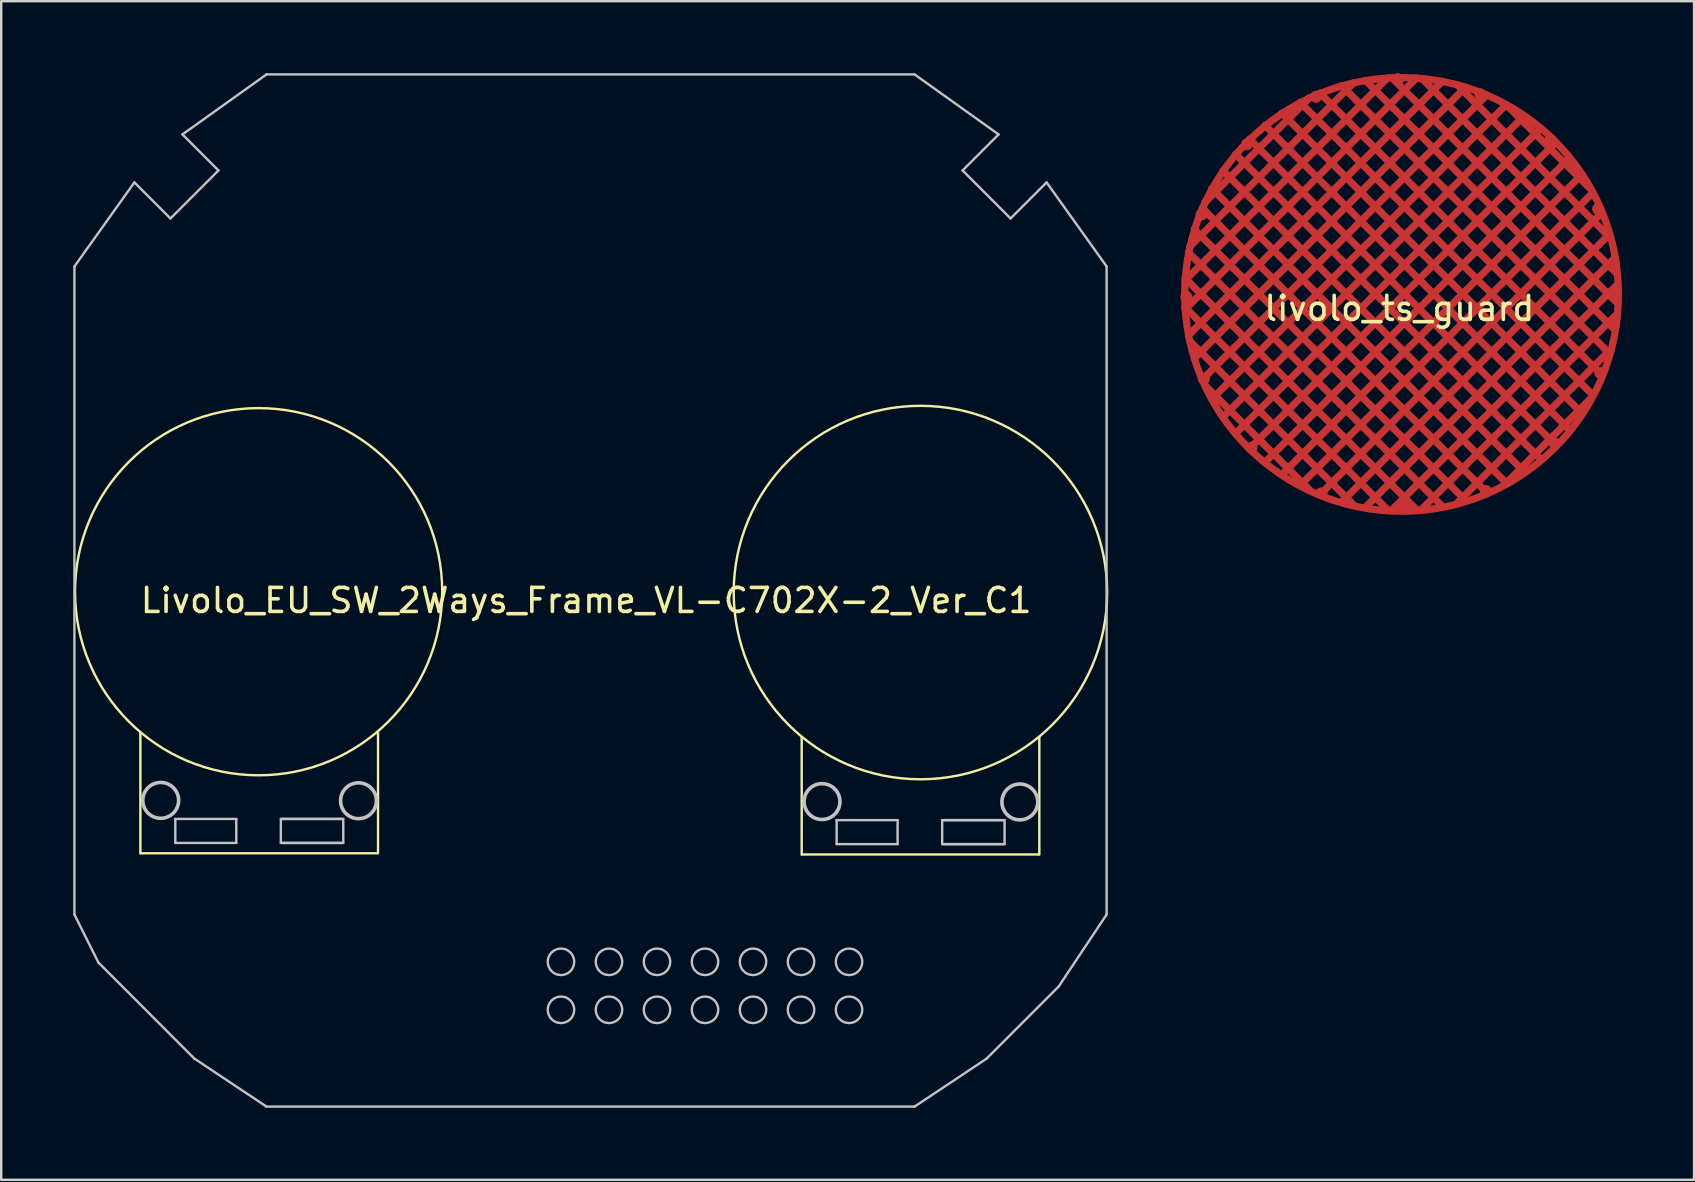
<source format=kicad_pcb>
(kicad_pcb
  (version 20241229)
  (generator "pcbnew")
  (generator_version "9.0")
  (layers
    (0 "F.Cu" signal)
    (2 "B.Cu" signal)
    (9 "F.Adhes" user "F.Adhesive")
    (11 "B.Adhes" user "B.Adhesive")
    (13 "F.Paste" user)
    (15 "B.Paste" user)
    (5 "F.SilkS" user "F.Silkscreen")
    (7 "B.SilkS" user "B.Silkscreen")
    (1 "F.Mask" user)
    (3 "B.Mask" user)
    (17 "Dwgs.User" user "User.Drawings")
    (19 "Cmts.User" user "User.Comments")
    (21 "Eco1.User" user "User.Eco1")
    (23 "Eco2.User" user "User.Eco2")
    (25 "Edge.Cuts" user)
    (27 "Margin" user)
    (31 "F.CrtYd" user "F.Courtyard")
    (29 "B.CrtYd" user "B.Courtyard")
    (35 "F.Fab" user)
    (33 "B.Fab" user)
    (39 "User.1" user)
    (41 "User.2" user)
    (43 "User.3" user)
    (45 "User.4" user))
  (footprint "Livolo_EU_SW_2Ways_Frame_VL-C702X-2_Ver_C1"
    (layer "F.Cu")
    (at 21.668 21.465)
    (property "Reference" "Livolo_EU_SW_2Ways_Frame_VL-C702X-2_Ver_C1" (at -0.3 0.5 0) (layer "F.SilkS") (effects (font (size 1 1) (thickness 0.15))))
    (attr through_hole)
    (fp_line (start -18.87 11.032) (end -18.87 6) (stroke (width 0.1) (type solid)) (layer "F.SilkS"))
    (fp_line (start -8.998 11.032) (end -18.866 11.032) (stroke (width 0.1) (type solid)) (layer "F.SilkS"))
    (fp_line (start -8.97 11.032) (end -8.97 6) (stroke (width 0.1) (type solid)) (layer "F.SilkS"))
    (fp_line (start 8.68 11.082) (end 8.68 6.2) (stroke (width 0.1) (type solid)) (layer "F.SilkS"))
    (fp_line (start 18.552 11.082) (end 8.684 11.082) (stroke (width 0.1) (type solid)) (layer "F.SilkS"))
    (fp_line (start 18.58 11.082) (end 18.58 6.2) (stroke (width 0.1) (type solid)) (layer "F.SilkS"))
    (fp_circle (center -13.944 0.135) (end -6.3 -0.1) (stroke (width 0.1) (type solid)) (fill no) (layer "F.SilkS"))
    (fp_circle (center 13.626 0.17) (end 21.4 -0.1) (stroke (width 0.1) (type solid)) (fill no) (layer "F.SilkS"))
    (fp_line (start -21.618 -13.416) (end -19.119 -16.916) (stroke (width 0.1) (type solid)) (layer "Dwgs.User"))
    (fp_line (start -21.618 13.584) (end -21.618 -13.416) (stroke (width 0.1) (type solid)) (layer "Dwgs.User"))
    (fp_line (start -21.618 13.584) (end -20.617 15.585) (stroke (width 0.1) (type solid)) (layer "Dwgs.User"))
    (fp_line (start -20.617 15.585) (end -16.619 19.586) (stroke (width 0.1) (type solid)) (layer "Dwgs.User"))
    (fp_line (start -19.119 -16.916) (end -17.617 -15.415) (stroke (width 0.1) (type solid)) (layer "Dwgs.User"))
    (fp_line (start -17.617 -15.415) (end -15.618 -17.414) (stroke (width 0.1) (type solid)) (layer "Dwgs.User"))
    (fp_line (start -17.415 10.6) (end -17.415 9.6) (stroke (width 0.1) (type solid)) (layer "Dwgs.User"))
    (fp_line (start -17.117 -18.915) (end -13.617 -21.415) (stroke (width 0.1) (type solid)) (layer "Dwgs.User"))
    (fp_line (start -16.619 19.586) (end -13.617 21.585) (stroke (width 0.1) (type solid)) (layer "Dwgs.User"))
    (fp_line (start -15.618 -17.414) (end -17.117 -18.915) (stroke (width 0.1) (type solid)) (layer "Dwgs.User"))
    (fp_line (start -14.875 9.602) (end -17.415 9.602) (stroke (width 0.1) (type solid)) (layer "Dwgs.User"))
    (fp_line (start -14.875 10.6) (end -17.415 10.6) (stroke (width 0.1) (type solid)) (layer "Dwgs.User"))
    (fp_line (start -14.875 10.6) (end -14.875 9.602) (stroke (width 0.1) (type solid)) (layer "Dwgs.User"))
    (fp_line (start -13.617 -21.415) (end 13.381 -21.415) (stroke (width 0.1) (type solid)) (layer "Dwgs.User"))
    (fp_line (start -13.617 21.585) (end 13.381 21.585) (stroke (width 0.1) (type solid)) (layer "Dwgs.User"))
    (fp_line (start -13.018 10.6) (end -13.018 9.602) (stroke (width 0.1) (type solid)) (layer "Dwgs.User"))
    (fp_line (start -10.478 9.602) (end -13.018 9.602) (stroke (width 0.1) (type solid)) (layer "Dwgs.User"))
    (fp_line (start -10.478 10.6) (end -13.018 10.6) (stroke (width 0.1) (type solid)) (layer "Dwgs.User"))
    (fp_line (start -10.418 9.602) (end -12.958 9.602) (stroke (width 0.1) (type solid)) (layer "Dwgs.User"))
    (fp_line (start -10.418 10.6) (end -12.958 10.6) (stroke (width 0.1) (type solid)) (layer "Dwgs.User"))
    (fp_line (start -10.418 10.6) (end -10.418 9.602) (stroke (width 0.1) (type solid)) (layer "Dwgs.User"))
    (fp_line (start 10.135 10.65) (end 10.135 9.65) (stroke (width 0.1) (type solid)) (layer "Dwgs.User"))
    (fp_line (start 12.675 9.652) (end 10.135 9.652) (stroke (width 0.1) (type solid)) (layer "Dwgs.User"))
    (fp_line (start 12.675 10.65) (end 10.135 10.65) (stroke (width 0.1) (type solid)) (layer "Dwgs.User"))
    (fp_line (start 12.675 10.65) (end 12.675 9.652) (stroke (width 0.1) (type solid)) (layer "Dwgs.User"))
    (fp_line (start 13.381 -21.415) (end 16.881 -18.915) (stroke (width 0.1) (type solid)) (layer "Dwgs.User"))
    (fp_line (start 13.381 21.585) (end 16.383 19.586) (stroke (width 0.1) (type solid)) (layer "Dwgs.User"))
    (fp_line (start 14.532 10.65) (end 14.532 9.652) (stroke (width 0.1) (type solid)) (layer "Dwgs.User"))
    (fp_line (start 15.382 -17.414) (end 17.381 -15.415) (stroke (width 0.1) (type solid)) (layer "Dwgs.User"))
    (fp_line (start 16.383 19.586) (end 19.383 16.584) (stroke (width 0.1) (type solid)) (layer "Dwgs.User"))
    (fp_line (start 16.881 -18.915) (end 15.382 -17.414) (stroke (width 0.1) (type solid)) (layer "Dwgs.User"))
    (fp_line (start 17.072 9.652) (end 14.532 9.652) (stroke (width 0.1) (type solid)) (layer "Dwgs.User"))
    (fp_line (start 17.072 10.65) (end 14.532 10.65) (stroke (width 0.1) (type solid)) (layer "Dwgs.User"))
    (fp_line (start 17.132 9.652) (end 14.592 9.652) (stroke (width 0.1) (type solid)) (layer "Dwgs.User"))
    (fp_line (start 17.132 10.65) (end 14.592 10.65) (stroke (width 0.1) (type solid)) (layer "Dwgs.User"))
    (fp_line (start 17.132 10.65) (end 17.132 9.652) (stroke (width 0.1) (type solid)) (layer "Dwgs.User"))
    (fp_line (start 17.381 -15.415) (end 18.882 -16.916) (stroke (width 0.1) (type solid)) (layer "Dwgs.User"))
    (fp_line (start 18.882 -16.916) (end 21.382 -13.416) (stroke (width 0.1) (type solid)) (layer "Dwgs.User"))
    (fp_line (start 19.383 16.584) (end 21.382 13.584) (stroke (width 0.1) (type solid)) (layer "Dwgs.User"))
    (fp_line (start 21.382 13.584) (end 21.382 -13.416) (stroke (width 0.1) (type solid)) (layer "Dwgs.User"))
    (fp_circle (center -18.023 8.828) (end -17.321 9.082) (stroke (width 0.15) (type solid)) (fill no) (layer "Dwgs.User"))
    (fp_circle (center -9.783 8.843) (end -9.081 9.097) (stroke (width 0.15) (type solid)) (fill no) (layer "Dwgs.User"))
    (fp_circle (center -1.348 15.553) (end -0.796 15.553) (stroke (width 0.1) (type solid)) (fill no) (layer "Dwgs.User"))
    (fp_circle (center -1.348 17.553) (end -0.796 17.553) (stroke (width 0.1) (type solid)) (fill no) (layer "Dwgs.User"))
    (fp_circle (center 0.652 15.553) (end 1.204 15.553) (stroke (width 0.1) (type solid)) (fill no) (layer "Dwgs.User"))
    (fp_circle (center 0.652 17.553) (end 1.204 17.553) (stroke (width 0.1) (type solid)) (fill no) (layer "Dwgs.User"))
    (fp_circle (center 2.652 15.553) (end 3.204 15.553) (stroke (width 0.1) (type solid)) (fill no) (layer "Dwgs.User"))
    (fp_circle (center 2.652 17.553) (end 3.204 17.553) (stroke (width 0.1) (type solid)) (fill no) (layer "Dwgs.User"))
    (fp_circle (center 4.652 15.553) (end 5.204 15.553) (stroke (width 0.1) (type solid)) (fill no) (layer "Dwgs.User"))
    (fp_circle (center 4.652 17.553) (end 5.204 17.553) (stroke (width 0.1) (type solid)) (fill no) (layer "Dwgs.User"))
    (fp_circle (center 6.652 15.553) (end 7.204 15.553) (stroke (width 0.1) (type solid)) (fill no) (layer "Dwgs.User"))
    (fp_circle (center 6.652 17.553) (end 7.204 17.553) (stroke (width 0.1) (type solid)) (fill no) (layer "Dwgs.User"))
    (fp_circle (center 8.652 15.553) (end 9.204 15.553) (stroke (width 0.1) (type solid)) (fill no) (layer "Dwgs.User"))
    (fp_circle (center 8.652 17.553) (end 9.204 17.553) (stroke (width 0.1) (type solid)) (fill no) (layer "Dwgs.User"))
    (fp_circle (center 9.527 8.878) (end 10.229 9.132) (stroke (width 0.15) (type solid)) (fill no) (layer "Dwgs.User"))
    (fp_circle (center 10.652 15.553) (end 11.204 15.553) (stroke (width 0.1) (type solid)) (fill no) (layer "Dwgs.User"))
    (fp_circle (center 10.652 17.553) (end 11.204 17.553) (stroke (width 0.1) (type solid)) (fill no) (layer "Dwgs.User"))
    (fp_circle (center 17.767 8.893) (end 18.469 9.147) (stroke (width 0.15) (type solid)) (fill no) (layer "Dwgs.User")))
  (footprint "livolo_ts_guard"
    (layer "F.Cu")
    (at 55.313 9.191)
    (property "Reference" "livolo_ts_guard" (at -0.069 0.608 0) (layer "F.SilkS") (effects (font (size 1 1) (thickness 0.15))))
    (attr through_hole)
    (fp_line (start -8.997 -0.655) (end 0.65 8.992) (stroke (width 0.3) (type solid)) (layer "F.Cu"))
    (fp_line (start -8.997 0.655) (end 0.65 -8.992) (stroke (width 0.3) (type solid)) (layer "F.Cu"))
    (fp_line (start -8.805 -1.962) (end -1.966 -8.8) (stroke (width 0.3) (type solid)) (layer "F.Cu"))
    (fp_line (start -8.805 1.962) (end -1.966 8.8) (stroke (width 0.3) (type solid)) (layer "F.Cu"))
    (fp_line (start -8.61 -2.691) (end 2.687 8.604) (stroke (width 0.3) (type solid)) (layer "F.Cu"))
    (fp_line (start -8.61 2.691) (end 2.687 -8.605) (stroke (width 0.3) (type solid)) (layer "F.Cu"))
    (fp_line (start -7.881 -4.387) (end 4.383 7.876) (stroke (width 0.3) (type solid)) (layer "F.Cu"))
    (fp_line (start -7.881 4.387) (end 4.383 -7.876) (stroke (width 0.3) (type solid)) (layer "F.Cu"))
    (fp_line (start -6.89 -5.82) (end 5.816 6.885) (stroke (width 0.3) (type solid)) (layer "F.Cu"))
    (fp_line (start -6.89 5.82) (end 5.816 -6.886) (stroke (width 0.3) (type solid)) (layer "F.Cu"))
    (fp_line (start -5.664 -7.018) (end 7.014 5.66) (stroke (width 0.3) (type solid)) (layer "F.Cu"))
    (fp_line (start -5.664 7.018) (end 7.014 -5.66) (stroke (width 0.3) (type solid)) (layer "F.Cu"))
    (fp_line (start -4.202 -7.979) (end 7.976 4.197) (stroke (width 0.3) (type solid)) (layer "F.Cu"))
    (fp_line (start -4.202 7.979) (end 7.976 -4.197) (stroke (width 0.3) (type solid)) (layer "F.Cu"))
    (fp_line (start -3.8 -8.178) (end -8.183 -3.795) (stroke (width 0.3) (type solid)) (layer "F.Cu"))
    (fp_line (start -3.8 8.177) (end -8.183 3.795) (stroke (width 0.3) (type solid)) (layer "F.Cu"))
    (fp_line (start -2.47 -8.672) (end 8.668 2.466) (stroke (width 0.3) (type solid)) (layer "F.Cu"))
    (fp_line (start -2.47 8.672) (end 8.668 -2.466) (stroke (width 0.3) (type solid)) (layer "F.Cu"))
    (fp_line (start -0.554 -8.999) (end -9.004 -0.55) (stroke (width 0.3) (type solid)) (layer "F.Cu"))
    (fp_line (start -0.554 8.999) (end -9.004 0.55) (stroke (width 0.3) (type solid)) (layer "F.Cu"))
    (fp_line (start -0.382 -9.008) (end 9.004 0.377) (stroke (width 0.3) (type solid)) (layer "F.Cu"))
    (fp_line (start -0.382 9.008) (end 9.004 -0.378) (stroke (width 0.3) (type solid)) (layer "F.Cu"))
    (fp_line (start 1.72 -8.85) (end -8.855 1.724) (stroke (width 0.3) (type solid)) (layer "F.Cu"))
    (fp_line (start 1.72 8.85) (end -8.855 -1.724) (stroke (width 0.3) (type solid)) (layer "F.Cu"))
    (fp_line (start 2.345 -8.705) (end 8.702 -2.349) (stroke (width 0.3) (type solid)) (layer "F.Cu"))
    (fp_line (start 2.345 8.705) (end 8.702 2.349) (stroke (width 0.3) (type solid)) (layer "F.Cu"))
    (fp_line (start 3.571 -8.276) (end -8.281 3.575) (stroke (width 0.3) (type solid)) (layer "F.Cu"))
    (fp_line (start 3.571 8.276) (end -8.281 -3.575) (stroke (width 0.3) (type solid)) (layer "F.Cu"))
    (fp_line (start 5.13 -7.411) (end -7.416 5.133) (stroke (width 0.3) (type solid)) (layer "F.Cu"))
    (fp_line (start 5.13 7.411) (end -7.416 -5.134) (stroke (width 0.3) (type solid)) (layer "F.Cu"))
    (fp_line (start 6.444 -6.301) (end -6.306 6.448) (stroke (width 0.3) (type solid)) (layer "F.Cu"))
    (fp_line (start 6.444 6.301) (end -6.306 -6.448) (stroke (width 0.3) (type solid)) (layer "F.Cu"))
    (fp_line (start 7.526 -4.959) (end -4.964 7.529) (stroke (width 0.3) (type solid)) (layer "F.Cu"))
    (fp_line (start 7.526 4.959) (end -4.964 -7.529) (stroke (width 0.3) (type solid)) (layer "F.Cu"))
    (fp_line (start 7.868 -4.394) (end 4.39 -7.872) (stroke (width 0.3) (type solid)) (layer "F.Cu"))
    (fp_line (start 7.868 4.394) (end 4.39 7.872) (stroke (width 0.3) (type solid)) (layer "F.Cu"))
    (fp_line (start 8.359 -3.368) (end -3.373 8.363) (stroke (width 0.3) (type solid)) (layer "F.Cu"))
    (fp_line (start 8.359 3.368) (end -3.373 -8.363) (stroke (width 0.3) (type solid)) (layer "F.Cu"))
    (fp_line (start 8.891 -1.477) (end -1.481 8.894) (stroke (width 0.3) (type solid)) (layer "F.Cu"))
    (fp_line (start 8.891 1.477) (end -1.481 -8.895) (stroke (width 0.3) (type solid)) (layer "F.Cu"))
    (fp_line (start 8.971 -0.868) (end 0.863 -8.975) (stroke (width 0.3) (type solid)) (layer "F.Cu"))
    (fp_line (start 8.971 0.868) (end 0.863 8.975) (stroke (width 0.3) (type solid)) (layer "F.Cu"))
    (fp_circle (center 0.025 0.025) (end 7.874 4.496) (stroke (width 0.3) (type solid)) (fill no) (layer "F.Cu"))
    (pad "1" smd circle (at -8.941 0.127 270) (size 0.5 0.5) (layers "F.Cu"))
    (pad "1" smd circle (at -8.309 -3.304 247.5) (size 0.5 0.5) (layers "F.Cu"))
    (pad "1" smd circle (at -8.212 3.539 292.5) (size 0.5 0.5) (layers "F.Cu"))
    (pad "1" smd circle (at -6.412 -6.232 225) (size 0.5 0.5) (layers "F.Cu"))
    (pad "1" smd circle (at -6.232 6.412 315) (size 0.5 0.5) (layers "F.Cu"))
    (pad "1" smd circle (at -3.539 -8.212 202.5) (size 0.5 0.5) (layers "F.Cu"))
    (pad "1" smd circle (at -3.304 8.309 337.5) (size 0.5 0.5) (layers "F.Cu"))
    (pad "1" smd circle (at -0.127 -8.941 180) (size 0.5 0.5) (layers "F.Cu"))
    (pad "1" smd circle (at 0.127 8.941) (size 0.5 0.5) (layers "F.Cu"))
    (pad "1" smd circle (at 3.304 -8.309 157.5) (size 0.5 0.5) (layers "F.Cu"))
    (pad "1" smd circle (at 3.539 8.212 22.5) (size 0.5 0.5) (layers "F.Cu"))
    (pad "1" smd circle (at 6.232 -6.412 135) (size 0.5 0.5) (layers "F.Cu"))
    (pad "1" smd circle (at 6.412 6.232 45) (size 0.5 0.5) (layers "F.Cu"))
    (pad "1" smd circle (at 8.212 -3.539 112.5) (size 0.5 0.5) (layers "F.Cu"))
    (pad "1" smd circle (at 8.309 3.304 67.5) (size 0.5 0.5) (layers "F.Cu"))
    (pad "1" smd circle (at 8.941 -0.127 90) (size 0.5 0.5) (layers "F.Cu")))
  (gr_rect
    (start -3 -3)
    (end 67.521 46.1)
    (stroke (width 0.1) (type default))
    (fill no)
    (layer "Edge.Cuts")))
</source>
